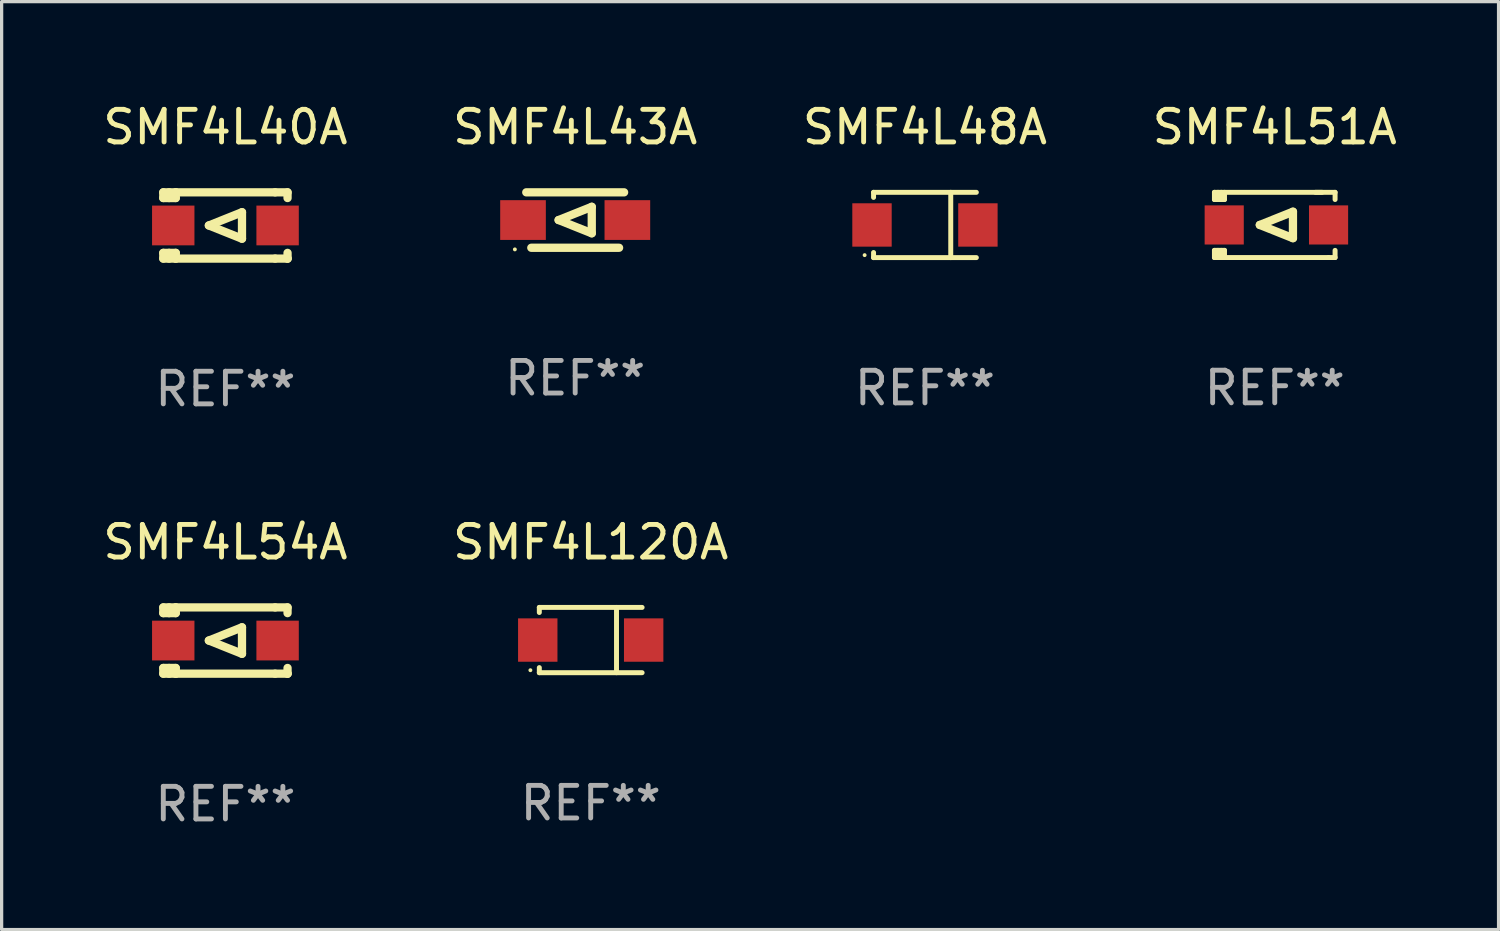
<source format=kicad_pcb>
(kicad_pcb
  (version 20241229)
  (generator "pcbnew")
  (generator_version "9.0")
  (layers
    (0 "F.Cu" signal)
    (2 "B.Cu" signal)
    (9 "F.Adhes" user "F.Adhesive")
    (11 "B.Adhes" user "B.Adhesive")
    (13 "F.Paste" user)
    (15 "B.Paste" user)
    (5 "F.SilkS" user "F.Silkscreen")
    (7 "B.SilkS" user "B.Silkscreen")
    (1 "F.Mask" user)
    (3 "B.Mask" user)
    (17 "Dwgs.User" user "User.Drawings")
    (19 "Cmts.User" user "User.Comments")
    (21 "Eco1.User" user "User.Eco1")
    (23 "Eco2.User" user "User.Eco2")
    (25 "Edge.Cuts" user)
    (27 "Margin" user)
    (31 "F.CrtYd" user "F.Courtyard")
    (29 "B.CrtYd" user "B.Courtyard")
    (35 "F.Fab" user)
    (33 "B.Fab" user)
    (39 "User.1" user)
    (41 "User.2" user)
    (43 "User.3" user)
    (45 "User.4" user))
  (footprint "SMF4L43A"
    (layer "F.Cu")
    (at 14.589 3.698)
    (property "Reference" "SMF4L43A" (at 0 -2.85 0) (layer "F.SilkS") (effects (font (size 1 1) (thickness 0.15))))
    (attr through_hole)
    (fp_line (start -1.346 0.85) (end 1.346 0.85) (stroke (width 0.254) (type solid)) (layer "F.SilkS"))
    (fp_line (start -0.508 0) (end 0.508 -0.406) (stroke (width 0.254) (type solid)) (layer "F.SilkS"))
    (fp_line (start 0.508 -0.406) (end 0.508 0.406) (stroke (width 0.254) (type solid)) (layer "F.SilkS"))
    (fp_line (start 0.508 0.406) (end -0.508 0) (stroke (width 0.254) (type solid)) (layer "F.SilkS"))
    (fp_line (start 1.5 -0.85) (end -1.5 -0.85) (stroke (width 0.254) (type solid)) (layer "F.SilkS"))
    (fp_circle (center -1.85 0.9) (end -1.82 0.9) (stroke (width 0.06) (type solid)) (fill no) (layer "F.SilkS"))
    (fp_text user "REF**" (at 0 4.85 0) (layer "F.Fab") (effects (font (size 1 1) (thickness 0.15))))
    (pad "1" smd rect (at -1.6 0) (size 1.4 1.219) (layers "F.Cu" "F.Mask" "F.Paste"))
    (pad "2" smd rect (at 1.6 0) (size 1.4 1.219) (layers "F.Cu" "F.Mask" "F.Paste")))
  (footprint "SMF4L54A"
    (layer "F.Cu")
    (at 3.863 16.593)
    (property "Reference" "SMF4L54A" (at 0 -3.016 0) (layer "F.SilkS") (effects (font (size 1 1) (thickness 0.15))))
    (attr through_hole)
    (fp_line (start -1.905 -1.016) (end -1.905 -0.841) (stroke (width 0.254) (type solid)) (layer "F.SilkS"))
    (fp_line (start -1.905 0.841) (end -1.905 1.016) (stroke (width 0.254) (type solid)) (layer "F.SilkS"))
    (fp_line (start -1.905 1.016) (end -1.524 1.016) (stroke (width 0.254) (type solid)) (layer "F.SilkS"))
    (fp_line (start -1.728 -1.016) (end -1.728 -0.841) (stroke (width 0.254) (type solid)) (layer "F.SilkS"))
    (fp_line (start -1.728 0.841) (end -1.728 1.016) (stroke (width 0.254) (type solid)) (layer "F.SilkS"))
    (fp_line (start -1.524 -1.016) (end -1.905 -1.016) (stroke (width 0.254) (type solid)) (layer "F.SilkS"))
    (fp_line (start -1.524 -0.841) (end -1.905 -0.841) (stroke (width 0.254) (type solid)) (layer "F.SilkS"))
    (fp_line (start -1.524 -0.841) (end -1.524 -1.016) (stroke (width 0.254) (type solid)) (layer "F.SilkS"))
    (fp_line (start -1.524 0.841) (end -1.905 0.841) (stroke (width 0.254) (type solid)) (layer "F.SilkS"))
    (fp_line (start -1.524 1.016) (end -1.524 0.841) (stroke (width 0.254) (type solid)) (layer "F.SilkS"))
    (fp_line (start -1.524 1.016) (end 1.524 1.016) (stroke (width 0.254) (type solid)) (layer "F.SilkS"))
    (fp_line (start -0.508 0) (end 0.508 -0.406) (stroke (width 0.254) (type solid)) (layer "F.SilkS"))
    (fp_line (start 0.508 -0.406) (end 0.508 0.406) (stroke (width 0.254) (type solid)) (layer "F.SilkS"))
    (fp_line (start 0.508 0.406) (end -0.508 0) (stroke (width 0.254) (type solid)) (layer "F.SilkS"))
    (fp_line (start 1.524 -1.016) (end -1.524 -1.016) (stroke (width 0.254) (type solid)) (layer "F.SilkS"))
    (fp_line (start 1.524 -1.016) (end 1.905 -1.016) (stroke (width 0.254) (type solid)) (layer "F.SilkS"))
    (fp_line (start 1.905 -1.016) (end 1.905 -0.841) (stroke (width 0.254) (type solid)) (layer "F.SilkS"))
    (fp_line (start 1.905 0.841) (end 1.905 1.016) (stroke (width 0.254) (type solid)) (layer "F.SilkS"))
    (fp_line (start 1.905 1.016) (end 1.524 1.016) (stroke (width 0.254) (type solid)) (layer "F.SilkS"))
    (fp_line (start 1.905 1.016) (end 1.905 1.016) (stroke (width 0.254) (type solid)) (layer "F.SilkS"))
    (fp_circle (center -1.85 0.925) (end -1.82 0.925) (stroke (width 0.06) (type solid)) (fill no) (layer "F.SilkS"))
    (fp_text user "REF**" (at 0 5.016 0) (layer "F.Fab") (effects (font (size 1 1) (thickness 0.15))))
    (pad "1" smd rect (at -1.6 0) (size 1.3 1.219) (layers "F.Cu" "F.Mask" "F.Paste"))
    (pad "2" smd rect (at 1.6 0) (size 1.3 1.219) (layers "F.Cu" "F.Mask" "F.Paste")))
  (footprint "SMF4L51A"
    (layer "F.Cu")
    (at 36.042 3.848)
    (property "Reference" "SMF4L51A" (at 0 -3 0) (layer "F.SilkS") (effects (font (size 1 1) (thickness 0.15))))
    (attr through_hole)
    (fp_line (start -1.85 -1) (end -1.85 -0.78) (stroke (width 0.152) (type solid)) (layer "F.SilkS"))
    (fp_line (start -1.85 0.78) (end -1.85 1) (stroke (width 0.152) (type solid)) (layer "F.SilkS"))
    (fp_line (start -1.85 1) (end 1.65 1) (stroke (width 0.152) (type solid)) (layer "F.SilkS"))
    (fp_line (start -1.741 -0.78) (end -1.741 -1) (stroke (width 0.152) (type solid)) (layer "F.SilkS"))
    (fp_line (start -1.741 1) (end -1.741 0.78) (stroke (width 0.152) (type solid)) (layer "F.SilkS"))
    (fp_line (start -1.641 -1) (end -1.641 -0.78) (stroke (width 0.152) (type solid)) (layer "F.SilkS"))
    (fp_line (start -1.641 0.78) (end -1.641 1) (stroke (width 0.152) (type solid)) (layer "F.SilkS"))
    (fp_line (start -1.541 -1) (end -1.541 -0.78) (stroke (width 0.152) (type solid)) (layer "F.SilkS"))
    (fp_line (start -1.541 -0.78) (end -1.85 -0.78) (stroke (width 0.152) (type solid)) (layer "F.SilkS"))
    (fp_line (start -1.541 0.78) (end -1.85 0.78) (stroke (width 0.152) (type solid)) (layer "F.SilkS"))
    (fp_line (start -1.541 0.78) (end -1.541 1) (stroke (width 0.152) (type solid)) (layer "F.SilkS"))
    (fp_line (start -0.458 0) (end 0.558 -0.406) (stroke (width 0.254) (type solid)) (layer "F.SilkS"))
    (fp_line (start 0.558 -0.406) (end 0.558 0.406) (stroke (width 0.254) (type solid)) (layer "F.SilkS"))
    (fp_line (start 0.558 0.406) (end -0.458 0) (stroke (width 0.254) (type solid)) (layer "F.SilkS"))
    (fp_line (start 1.45 -1) (end -1.85 -1) (stroke (width 0.152) (type solid)) (layer "F.SilkS"))
    (fp_line (start 1.65 1) (end 1.85 1) (stroke (width 0.152) (type solid)) (layer "F.SilkS"))
    (fp_line (start 1.85 -1) (end 1.25 -1) (stroke (width 0.152) (type solid)) (layer "F.SilkS"))
    (fp_line (start 1.85 -0.78) (end 1.85 -1) (stroke (width 0.152) (type solid)) (layer "F.SilkS"))
    (fp_line (start 1.85 1) (end 1.85 0.78) (stroke (width 0.152) (type solid)) (layer "F.SilkS"))
    (fp_circle (center -1.8 0.9) (end -1.77 0.9) (stroke (width 0.06) (type solid)) (fill no) (layer "F.SilkS"))
    (fp_text user "REF**" (at 0 5 0) (layer "F.Fab") (effects (font (size 1 1) (thickness 0.15))))
    (pad "1" smd rect (at -1.55 0.000051) (size 1.2 1.2) (layers "F.Cu" "F.Mask" "F.Paste"))
    (pad "2" smd rect (at 1.65 0.000051) (size 1.2 1.2) (layers "F.Cu" "F.Mask" "F.Paste")))
  (footprint "SMF4L40A"
    (layer "F.Cu")
    (at 3.863 3.864)
    (property "Reference" "SMF4L40A" (at 0 -3.016 0) (layer "F.SilkS") (effects (font (size 1 1) (thickness 0.15))))
    (attr through_hole)
    (fp_line (start -1.905 -1.016) (end -1.905 -0.841) (stroke (width 0.254) (type solid)) (layer "F.SilkS"))
    (fp_line (start -1.905 0.841) (end -1.905 1.016) (stroke (width 0.254) (type solid)) (layer "F.SilkS"))
    (fp_line (start -1.905 1.016) (end -1.524 1.016) (stroke (width 0.254) (type solid)) (layer "F.SilkS"))
    (fp_line (start -1.728 -1.016) (end -1.728 -0.841) (stroke (width 0.254) (type solid)) (layer "F.SilkS"))
    (fp_line (start -1.728 0.841) (end -1.728 1.016) (stroke (width 0.254) (type solid)) (layer "F.SilkS"))
    (fp_line (start -1.524 -1.016) (end -1.905 -1.016) (stroke (width 0.254) (type solid)) (layer "F.SilkS"))
    (fp_line (start -1.524 -0.841) (end -1.905 -0.841) (stroke (width 0.254) (type solid)) (layer "F.SilkS"))
    (fp_line (start -1.524 -0.841) (end -1.524 -1.016) (stroke (width 0.254) (type solid)) (layer "F.SilkS"))
    (fp_line (start -1.524 0.841) (end -1.905 0.841) (stroke (width 0.254) (type solid)) (layer "F.SilkS"))
    (fp_line (start -1.524 1.016) (end -1.524 0.841) (stroke (width 0.254) (type solid)) (layer "F.SilkS"))
    (fp_line (start -1.524 1.016) (end 1.524 1.016) (stroke (width 0.254) (type solid)) (layer "F.SilkS"))
    (fp_line (start -0.508 0) (end 0.508 -0.406) (stroke (width 0.254) (type solid)) (layer "F.SilkS"))
    (fp_line (start 0.508 -0.406) (end 0.508 0.406) (stroke (width 0.254) (type solid)) (layer "F.SilkS"))
    (fp_line (start 0.508 0.406) (end -0.508 0) (stroke (width 0.254) (type solid)) (layer "F.SilkS"))
    (fp_line (start 1.524 -1.016) (end -1.524 -1.016) (stroke (width 0.254) (type solid)) (layer "F.SilkS"))
    (fp_line (start 1.524 -1.016) (end 1.905 -1.016) (stroke (width 0.254) (type solid)) (layer "F.SilkS"))
    (fp_line (start 1.905 -1.016) (end 1.905 -0.841) (stroke (width 0.254) (type solid)) (layer "F.SilkS"))
    (fp_line (start 1.905 0.841) (end 1.905 1.016) (stroke (width 0.254) (type solid)) (layer "F.SilkS"))
    (fp_line (start 1.905 1.016) (end 1.524 1.016) (stroke (width 0.254) (type solid)) (layer "F.SilkS"))
    (fp_line (start 1.905 1.016) (end 1.905 1.016) (stroke (width 0.254) (type solid)) (layer "F.SilkS"))
    (fp_circle (center -1.85 0.925) (end -1.82 0.925) (stroke (width 0.06) (type solid)) (fill no) (layer "F.SilkS"))
    (fp_text user "REF**" (at 0 5.016 0) (layer "F.Fab") (effects (font (size 1 1) (thickness 0.15))))
    (pad "1" smd rect (at -1.6 0) (size 1.3 1.219) (layers "F.Cu" "F.Mask" "F.Paste"))
    (pad "2" smd rect (at 1.6 0) (size 1.3 1.219) (layers "F.Cu" "F.Mask" "F.Paste")))
  (footprint "SMF4L48A"
    (layer "F.Cu")
    (at 25.315 3.849)
    (property "Reference" "SMF4L48A" (at 0 -3.001 0) (layer "F.SilkS") (effects (font (size 1 1) (thickness 0.15))))
    (attr through_hole)
    (fp_line (start -1.576 -1.001) (end -1.576 -0.845) (stroke (width 0.152) (type solid)) (layer "F.SilkS"))
    (fp_line (start -1.576 -1.001) (end 1.576 -1.001) (stroke (width 0.152) (type solid)) (layer "F.SilkS"))
    (fp_line (start -1.576 0.845) (end -1.576 1.001) (stroke (width 0.152) (type solid)) (layer "F.SilkS"))
    (fp_line (start -1.576 1.001) (end 1.576 1.001) (stroke (width 0.152) (type solid)) (layer "F.SilkS"))
    (fp_line (start 0.791 -1.001) (end 0.791 1.001) (stroke (width 0.152) (type solid)) (layer "F.SilkS"))
    (fp_circle (center -1.85 0.925) (end -1.82 0.925) (stroke (width 0.06) (type solid)) (fill no) (layer "F.SilkS"))
    (fp_text user "REF**" (at 0 5.001 0) (layer "F.Fab") (effects (font (size 1 1) (thickness 0.15))))
    (pad "1" smd rect (at -1.624 0) (size 1.208 1.33) (layers "F.Cu" "F.Mask" "F.Paste"))
    (pad "2" smd rect (at 1.624 0) (size 1.208 1.33) (layers "F.Cu" "F.Mask" "F.Paste")))
  (footprint "SMF4L120A"
    (layer "F.Cu")
    (at 15.065 16.578)
    (property "Reference" "SMF4L120A" (at 0 -3.001 0) (layer "F.SilkS") (effects (font (size 1 1) (thickness 0.15))))
    (attr through_hole)
    (fp_line (start -1.576 -1.001) (end -1.576 -0.845) (stroke (width 0.152) (type solid)) (layer "F.SilkS"))
    (fp_line (start -1.576 -1.001) (end 1.576 -1.001) (stroke (width 0.152) (type solid)) (layer "F.SilkS"))
    (fp_line (start -1.576 0.845) (end -1.576 1.001) (stroke (width 0.152) (type solid)) (layer "F.SilkS"))
    (fp_line (start -1.576 1.001) (end 1.576 1.001) (stroke (width 0.152) (type solid)) (layer "F.SilkS"))
    (fp_line (start 0.791 -1.001) (end 0.791 1.001) (stroke (width 0.152) (type solid)) (layer "F.SilkS"))
    (fp_circle (center -1.85 0.925) (end -1.82 0.925) (stroke (width 0.06) (type solid)) (fill no) (layer "F.SilkS"))
    (fp_text user "REF**" (at 0 5.001 0) (layer "F.Fab") (effects (font (size 1 1) (thickness 0.15))))
    (pad "1" smd rect (at -1.624 0) (size 1.208 1.33) (layers "F.Cu" "F.Mask" "F.Paste"))
    (pad "2" smd rect (at 1.624 0) (size 1.208 1.33) (layers "F.Cu" "F.Mask" "F.Paste")))
  (gr_rect
    (start -3 -3)
    (end 42.905 25.457)
    (stroke (width 0.1) (type default))
    (fill no)
    (layer "Edge.Cuts")))
</source>
